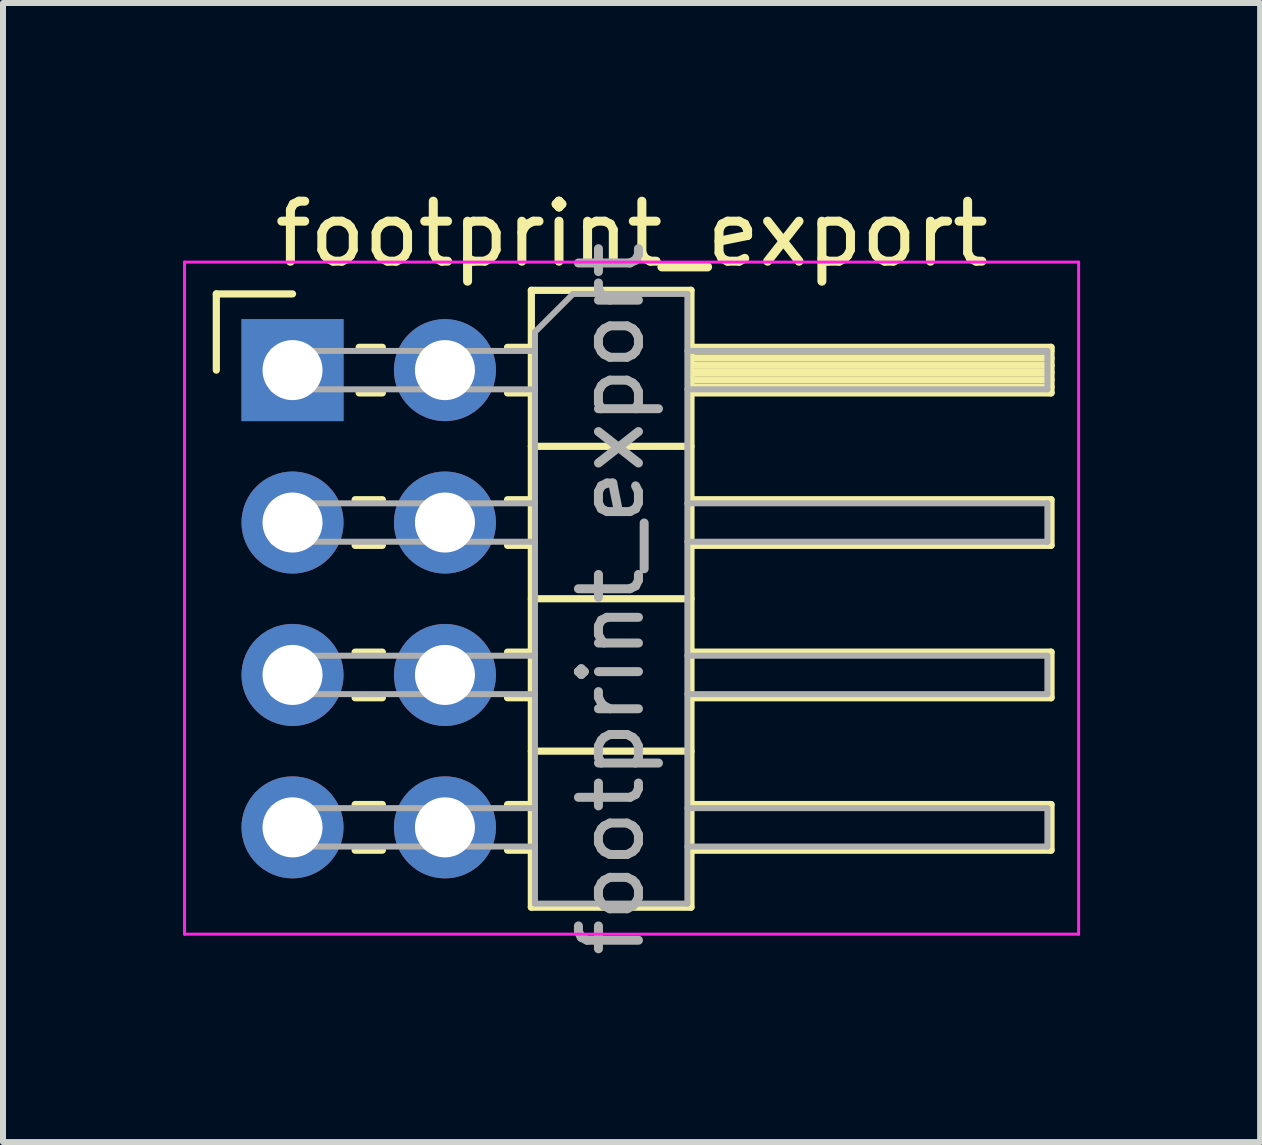
<source format=kicad_pcb>
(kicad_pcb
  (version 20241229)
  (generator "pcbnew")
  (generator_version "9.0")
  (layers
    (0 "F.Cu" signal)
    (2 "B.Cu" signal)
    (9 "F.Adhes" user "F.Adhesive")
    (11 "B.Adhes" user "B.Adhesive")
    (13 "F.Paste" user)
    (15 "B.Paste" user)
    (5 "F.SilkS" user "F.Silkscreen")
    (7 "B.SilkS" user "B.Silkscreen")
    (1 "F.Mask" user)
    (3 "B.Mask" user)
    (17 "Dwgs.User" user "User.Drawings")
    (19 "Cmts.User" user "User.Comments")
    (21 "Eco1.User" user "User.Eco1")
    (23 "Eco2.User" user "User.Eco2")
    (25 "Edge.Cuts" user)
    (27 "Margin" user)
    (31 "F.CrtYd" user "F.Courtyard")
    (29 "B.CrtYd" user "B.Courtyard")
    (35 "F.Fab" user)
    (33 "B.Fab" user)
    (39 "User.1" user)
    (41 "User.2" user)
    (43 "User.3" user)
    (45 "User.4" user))
  (footprint "footprint_export"
    (layer "F.Cu")
    (at 1.825 3.118)
    (property "Reference" "footprint_export" (at 5.655 -2.27 0) (layer "F.SilkS") (effects (font (size 1 1) (thickness 0.15))))
    (attr through_hole)
    (fp_line (start -1.27 -1.27) (end 0 -1.27) (stroke (width 0.12) (type solid)) (layer "F.SilkS"))
    (fp_line (start -1.27 0) (end -1.27 -1.27) (stroke (width 0.12) (type solid)) (layer "F.SilkS"))
    (fp_line (start 1.043 2.16) (end 1.497 2.16) (stroke (width 0.12) (type solid)) (layer "F.SilkS"))
    (fp_line (start 1.043 2.92) (end 1.497 2.92) (stroke (width 0.12) (type solid)) (layer "F.SilkS"))
    (fp_line (start 1.043 4.7) (end 1.497 4.7) (stroke (width 0.12) (type solid)) (layer "F.SilkS"))
    (fp_line (start 1.043 5.46) (end 1.497 5.46) (stroke (width 0.12) (type solid)) (layer "F.SilkS"))
    (fp_line (start 1.043 7.24) (end 1.497 7.24) (stroke (width 0.12) (type solid)) (layer "F.SilkS"))
    (fp_line (start 1.043 8) (end 1.497 8) (stroke (width 0.12) (type solid)) (layer "F.SilkS"))
    (fp_line (start 1.11 -0.38) (end 1.497 -0.38) (stroke (width 0.12) (type solid)) (layer "F.SilkS"))
    (fp_line (start 1.11 0.38) (end 1.497 0.38) (stroke (width 0.12) (type solid)) (layer "F.SilkS"))
    (fp_line (start 3.583 -0.38) (end 3.98 -0.38) (stroke (width 0.12) (type solid)) (layer "F.SilkS"))
    (fp_line (start 3.583 0.38) (end 3.98 0.38) (stroke (width 0.12) (type solid)) (layer "F.SilkS"))
    (fp_line (start 3.583 2.16) (end 3.98 2.16) (stroke (width 0.12) (type solid)) (layer "F.SilkS"))
    (fp_line (start 3.583 2.92) (end 3.98 2.92) (stroke (width 0.12) (type solid)) (layer "F.SilkS"))
    (fp_line (start 3.583 4.7) (end 3.98 4.7) (stroke (width 0.12) (type solid)) (layer "F.SilkS"))
    (fp_line (start 3.583 5.46) (end 3.98 5.46) (stroke (width 0.12) (type solid)) (layer "F.SilkS"))
    (fp_line (start 3.583 7.24) (end 3.98 7.24) (stroke (width 0.12) (type solid)) (layer "F.SilkS"))
    (fp_line (start 3.583 8) (end 3.98 8) (stroke (width 0.12) (type solid)) (layer "F.SilkS"))
    (fp_line (start 3.98 -1.33) (end 3.98 8.95) (stroke (width 0.12) (type solid)) (layer "F.SilkS"))
    (fp_line (start 3.98 1.27) (end 6.64 1.27) (stroke (width 0.12) (type solid)) (layer "F.SilkS"))
    (fp_line (start 3.98 3.81) (end 6.64 3.81) (stroke (width 0.12) (type solid)) (layer "F.SilkS"))
    (fp_line (start 3.98 6.35) (end 6.64 6.35) (stroke (width 0.12) (type solid)) (layer "F.SilkS"))
    (fp_line (start 3.98 8.95) (end 6.64 8.95) (stroke (width 0.12) (type solid)) (layer "F.SilkS"))
    (fp_line (start 6.64 -1.33) (end 3.98 -1.33) (stroke (width 0.12) (type solid)) (layer "F.SilkS"))
    (fp_line (start 6.64 -0.38) (end 12.64 -0.38) (stroke (width 0.12) (type solid)) (layer "F.SilkS"))
    (fp_line (start 6.64 -0.32) (end 12.64 -0.32) (stroke (width 0.12) (type solid)) (layer "F.SilkS"))
    (fp_line (start 6.64 -0.2) (end 12.64 -0.2) (stroke (width 0.12) (type solid)) (layer "F.SilkS"))
    (fp_line (start 6.64 -0.08) (end 12.64 -0.08) (stroke (width 0.12) (type solid)) (layer "F.SilkS"))
    (fp_line (start 6.64 0.04) (end 12.64 0.04) (stroke (width 0.12) (type solid)) (layer "F.SilkS"))
    (fp_line (start 6.64 0.16) (end 12.64 0.16) (stroke (width 0.12) (type solid)) (layer "F.SilkS"))
    (fp_line (start 6.64 0.28) (end 12.64 0.28) (stroke (width 0.12) (type solid)) (layer "F.SilkS"))
    (fp_line (start 6.64 2.16) (end 12.64 2.16) (stroke (width 0.12) (type solid)) (layer "F.SilkS"))
    (fp_line (start 6.64 4.7) (end 12.64 4.7) (stroke (width 0.12) (type solid)) (layer "F.SilkS"))
    (fp_line (start 6.64 7.24) (end 12.64 7.24) (stroke (width 0.12) (type solid)) (layer "F.SilkS"))
    (fp_line (start 6.64 8.95) (end 6.64 -1.33) (stroke (width 0.12) (type solid)) (layer "F.SilkS"))
    (fp_line (start 12.64 -0.38) (end 12.64 0.38) (stroke (width 0.12) (type solid)) (layer "F.SilkS"))
    (fp_line (start 12.64 0.38) (end 6.64 0.38) (stroke (width 0.12) (type solid)) (layer "F.SilkS"))
    (fp_line (start 12.64 2.16) (end 12.64 2.92) (stroke (width 0.12) (type solid)) (layer "F.SilkS"))
    (fp_line (start 12.64 2.92) (end 6.64 2.92) (stroke (width 0.12) (type solid)) (layer "F.SilkS"))
    (fp_line (start 12.64 4.7) (end 12.64 5.46) (stroke (width 0.12) (type solid)) (layer "F.SilkS"))
    (fp_line (start 12.64 5.46) (end 6.64 5.46) (stroke (width 0.12) (type solid)) (layer "F.SilkS"))
    (fp_line (start 12.64 7.24) (end 12.64 8) (stroke (width 0.12) (type solid)) (layer "F.SilkS"))
    (fp_line (start 12.64 8) (end 6.64 8) (stroke (width 0.12) (type solid)) (layer "F.SilkS"))
    (fp_line (start -1.8 -1.8) (end -1.8 9.4) (stroke (width 0.05) (type solid)) (layer "F.CrtYd"))
    (fp_line (start -1.8 9.4) (end 13.1 9.4) (stroke (width 0.05) (type solid)) (layer "F.CrtYd"))
    (fp_line (start 13.1 -1.8) (end -1.8 -1.8) (stroke (width 0.05) (type solid)) (layer "F.CrtYd"))
    (fp_line (start 13.1 9.4) (end 13.1 -1.8) (stroke (width 0.05) (type solid)) (layer "F.CrtYd"))
    (fp_line (start -0.32 -0.32) (end -0.32 0.32) (stroke (width 0.1) (type solid)) (layer "F.Fab"))
    (fp_line (start -0.32 -0.32) (end 4.04 -0.32) (stroke (width 0.1) (type solid)) (layer "F.Fab"))
    (fp_line (start -0.32 0.32) (end 4.04 0.32) (stroke (width 0.1) (type solid)) (layer "F.Fab"))
    (fp_line (start -0.32 2.22) (end -0.32 2.86) (stroke (width 0.1) (type solid)) (layer "F.Fab"))
    (fp_line (start -0.32 2.22) (end 4.04 2.22) (stroke (width 0.1) (type solid)) (layer "F.Fab"))
    (fp_line (start -0.32 2.86) (end 4.04 2.86) (stroke (width 0.1) (type solid)) (layer "F.Fab"))
    (fp_line (start -0.32 4.76) (end -0.32 5.4) (stroke (width 0.1) (type solid)) (layer "F.Fab"))
    (fp_line (start -0.32 4.76) (end 4.04 4.76) (stroke (width 0.1) (type solid)) (layer "F.Fab"))
    (fp_line (start -0.32 5.4) (end 4.04 5.4) (stroke (width 0.1) (type solid)) (layer "F.Fab"))
    (fp_line (start -0.32 7.3) (end -0.32 7.94) (stroke (width 0.1) (type solid)) (layer "F.Fab"))
    (fp_line (start -0.32 7.3) (end 4.04 7.3) (stroke (width 0.1) (type solid)) (layer "F.Fab"))
    (fp_line (start -0.32 7.94) (end 4.04 7.94) (stroke (width 0.1) (type solid)) (layer "F.Fab"))
    (fp_line (start 4.04 -0.635) (end 4.675 -1.27) (stroke (width 0.1) (type solid)) (layer "F.Fab"))
    (fp_line (start 4.04 8.89) (end 4.04 -0.635) (stroke (width 0.1) (type solid)) (layer "F.Fab"))
    (fp_line (start 4.675 -1.27) (end 6.58 -1.27) (stroke (width 0.1) (type solid)) (layer "F.Fab"))
    (fp_line (start 6.58 -1.27) (end 6.58 8.89) (stroke (width 0.1) (type solid)) (layer "F.Fab"))
    (fp_line (start 6.58 -0.32) (end 12.58 -0.32) (stroke (width 0.1) (type solid)) (layer "F.Fab"))
    (fp_line (start 6.58 0.32) (end 12.58 0.32) (stroke (width 0.1) (type solid)) (layer "F.Fab"))
    (fp_line (start 6.58 2.22) (end 12.58 2.22) (stroke (width 0.1) (type solid)) (layer "F.Fab"))
    (fp_line (start 6.58 2.86) (end 12.58 2.86) (stroke (width 0.1) (type solid)) (layer "F.Fab"))
    (fp_line (start 6.58 4.76) (end 12.58 4.76) (stroke (width 0.1) (type solid)) (layer "F.Fab"))
    (fp_line (start 6.58 5.4) (end 12.58 5.4) (stroke (width 0.1) (type solid)) (layer "F.Fab"))
    (fp_line (start 6.58 7.3) (end 12.58 7.3) (stroke (width 0.1) (type solid)) (layer "F.Fab"))
    (fp_line (start 6.58 7.94) (end 12.58 7.94) (stroke (width 0.1) (type solid)) (layer "F.Fab"))
    (fp_line (start 6.58 8.89) (end 4.04 8.89) (stroke (width 0.1) (type solid)) (layer "F.Fab"))
    (fp_line (start 12.58 -0.32) (end 12.58 0.32) (stroke (width 0.1) (type solid)) (layer "F.Fab"))
    (fp_line (start 12.58 2.22) (end 12.58 2.86) (stroke (width 0.1) (type solid)) (layer "F.Fab"))
    (fp_line (start 12.58 4.76) (end 12.58 5.4) (stroke (width 0.1) (type solid)) (layer "F.Fab"))
    (fp_line (start 12.58 7.3) (end 12.58 7.94) (stroke (width 0.1) (type solid)) (layer "F.Fab"))
    (fp_text user "${REFERENCE}" (at 5.31 3.81 90) (layer "F.Fab") (effects (font (size 1 1) (thickness 0.15))))
    (pad "1" thru_hole rect (at 0 0) (size 1.7 1.7) (drill 1) (layers "*.Cu" "*.Mask"))
    (pad "2" thru_hole oval (at 2.54 0) (size 1.7 1.7) (drill 1) (layers "*.Cu" "*.Mask"))
    (pad "3" thru_hole oval (at 0 2.54) (size 1.7 1.7) (drill 1) (layers "*.Cu" "*.Mask"))
    (pad "4" thru_hole oval (at 2.54 2.54) (size 1.7 1.7) (drill 1) (layers "*.Cu" "*.Mask"))
    (pad "5" thru_hole oval (at 0 5.08) (size 1.7 1.7) (drill 1) (layers "*.Cu" "*.Mask"))
    (pad "6" thru_hole oval (at 2.54 5.08) (size 1.7 1.7) (drill 1) (layers "*.Cu" "*.Mask"))
    (pad "7" thru_hole oval (at 0 7.62) (size 1.7 1.7) (drill 1) (layers "*.Cu" "*.Mask"))
    (pad "8" thru_hole oval (at 2.54 7.62) (size 1.7 1.7) (drill 1) (layers "*.Cu" "*.Mask")))
  (gr_rect
    (start -3 -3)
    (end 17.95 15.982)
    (stroke (width 0.1) (type default))
    (fill no)
    (layer "Edge.Cuts")))
</source>
